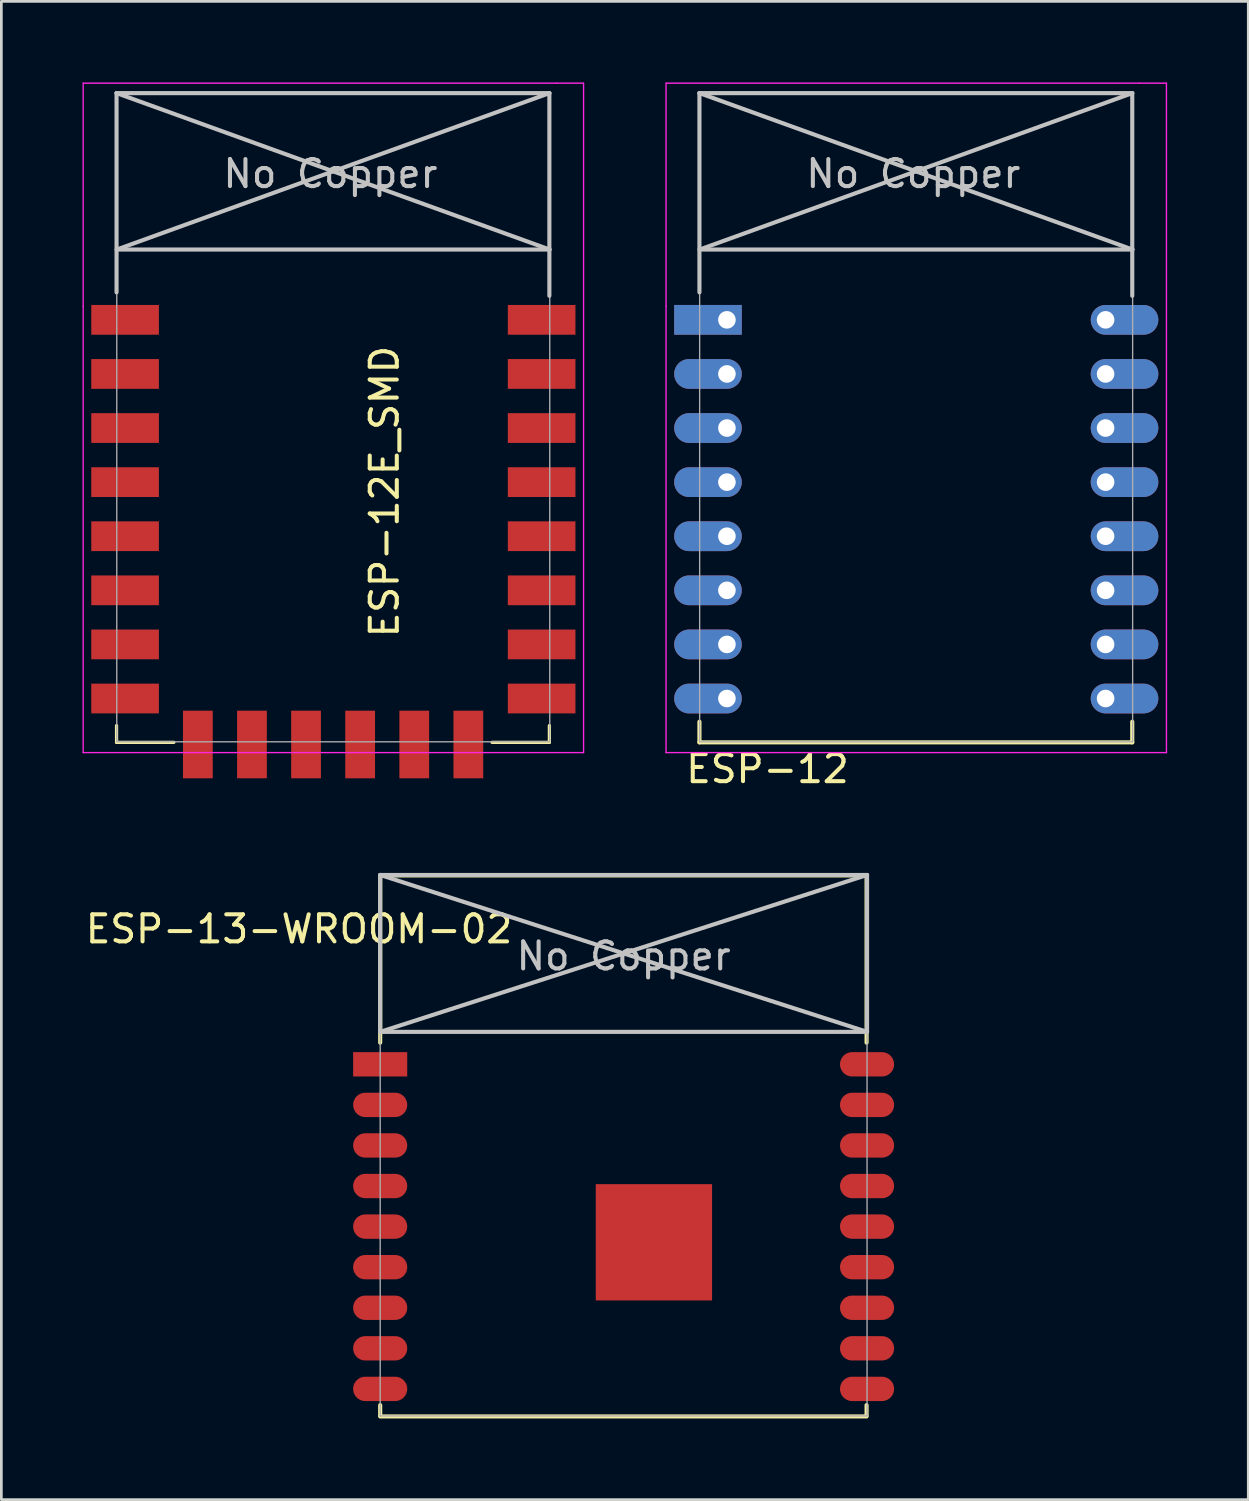
<source format=kicad_pcb>
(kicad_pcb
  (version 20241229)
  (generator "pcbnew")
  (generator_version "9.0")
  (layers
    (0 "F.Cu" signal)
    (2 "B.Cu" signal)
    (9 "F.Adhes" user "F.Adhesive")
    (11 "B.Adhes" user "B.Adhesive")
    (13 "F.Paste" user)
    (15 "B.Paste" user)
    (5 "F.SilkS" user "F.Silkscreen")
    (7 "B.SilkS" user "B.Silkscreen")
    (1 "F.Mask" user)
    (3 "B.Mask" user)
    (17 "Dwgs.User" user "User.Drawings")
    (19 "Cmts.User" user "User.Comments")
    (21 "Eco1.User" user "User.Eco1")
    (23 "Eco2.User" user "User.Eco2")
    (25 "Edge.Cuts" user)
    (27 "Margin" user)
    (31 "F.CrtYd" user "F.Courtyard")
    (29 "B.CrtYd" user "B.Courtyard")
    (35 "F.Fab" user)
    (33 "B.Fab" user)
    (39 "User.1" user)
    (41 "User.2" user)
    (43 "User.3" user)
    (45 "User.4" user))
  (footprint "ESP-13-WROOM-02"
    (layer "F.Cu")
    (at 11.006 36.299)
    (property "Reference" "ESP-13-WROOM-02" (at -3 -5 0) (layer "F.SilkS") (effects (font (size 1 1) (thickness 0.15))))
    (attr through_hole)
    (fp_line (start 0 -6.985) (end 0 -0.8) (stroke (width 0.152) (type solid)) (layer "F.SilkS"))
    (fp_line (start 0 12.6) (end 0 12.979) (stroke (width 0.152) (type solid)) (layer "F.SilkS"))
    (fp_line (start 0 13.018) (end 17.983 13.018) (stroke (width 0.152) (type solid)) (layer "F.SilkS"))
    (fp_line (start 17.971 -6.985) (end 0 -6.985) (stroke (width 0.152) (type solid)) (layer "F.SilkS"))
    (fp_line (start 17.983 -6.985) (end 17.983 -0.8) (stroke (width 0.152) (type solid)) (layer "F.SilkS"))
    (fp_line (start 17.983 12.6) (end 17.983 12.979) (stroke (width 0.152) (type solid)) (layer "F.SilkS"))
    (fp_line (start 0 -7) (end 0 -1.2) (stroke (width 0.152) (type solid)) (layer "Dwgs.User"))
    (fp_line (start 0 -7) (end 18 -1.2) (stroke (width 0.152) (type solid)) (layer "Dwgs.User"))
    (fp_line (start 0 -1.2) (end 18 -1.2) (stroke (width 0.152) (type solid)) (layer "Dwgs.User"))
    (fp_line (start 18 -7) (end 0 -7) (stroke (width 0.152) (type solid)) (layer "Dwgs.User"))
    (fp_line (start 18 -7) (end 0 -1.2) (stroke (width 0.152) (type solid)) (layer "Dwgs.User"))
    (fp_line (start 18 -1.2) (end 18 -7) (stroke (width 0.152) (type solid)) (layer "Dwgs.User"))
    (fp_line (start 0 -7) (end 18 -7) (stroke (width 0.05) (type solid)) (layer "F.Fab"))
    (fp_line (start 0 13) (end 0 -7) (stroke (width 0.05) (type solid)) (layer "F.Fab"))
    (fp_line (start 0 13) (end 18 13) (stroke (width 0.05) (type solid)) (layer "F.Fab"))
    (fp_line (start 18 -7) (end 18 13) (stroke (width 0.05) (type solid)) (layer "F.Fab"))
    (fp_text user "No Copper" (at 9 -4 0) (layer "Dwgs.User") (effects (font (size 1 1) (thickness 0.15))))
    (pad "1" smd rect (at 0 0) (size 2 0.9) (layers "F.Cu" "F.Mask" "F.Paste"))
    (pad "2" smd oval (at 0 1.5) (size 2 0.9) (layers "F.Cu" "F.Mask" "F.Paste"))
    (pad "3" smd oval (at 0 3) (size 2 0.9) (layers "F.Cu" "F.Mask" "F.Paste"))
    (pad "4" smd oval (at 0 4.5) (size 2 0.9) (layers "F.Cu" "F.Mask" "F.Paste"))
    (pad "5" smd oval (at 0 6) (size 2 0.9) (layers "F.Cu" "F.Mask" "F.Paste"))
    (pad "6" smd oval (at 0 7.5) (size 2 0.9) (layers "F.Cu" "F.Mask" "F.Paste"))
    (pad "7" smd oval (at 0 9) (size 2 0.9) (layers "F.Cu" "F.Mask" "F.Paste"))
    (pad "8" smd oval (at 0 10.5) (size 2 0.9) (layers "F.Cu" "F.Mask" "F.Paste"))
    (pad "9" smd oval (at 0 12) (size 2 0.9) (layers "F.Cu" "F.Mask" "F.Paste"))
    (pad "10" smd oval (at 18 12) (size 2 0.9) (layers "F.Cu" "F.Mask" "F.Paste"))
    (pad "11" smd oval (at 18 10.5) (size 2 0.9) (layers "F.Cu" "F.Mask" "F.Paste"))
    (pad "12" smd oval (at 18 9) (size 2 0.9) (layers "F.Cu" "F.Mask" "F.Paste"))
    (pad "13" smd oval (at 18 7.5) (size 2 0.9) (layers "F.Cu" "F.Mask" "F.Paste"))
    (pad "14" smd oval (at 18 6) (size 2 0.9) (layers "F.Cu" "F.Mask" "F.Paste"))
    (pad "15" smd oval (at 18 4.5) (size 2 0.9) (layers "F.Cu" "F.Mask" "F.Paste"))
    (pad "16" smd oval (at 18 3) (size 2 0.9) (layers "F.Cu" "F.Mask" "F.Paste"))
    (pad "17" smd oval (at 18 1.5) (size 2 0.9) (layers "F.Cu" "F.Mask" "F.Paste"))
    (pad "18" smd oval (at 18 0) (size 2 0.9) (layers "F.Cu" "F.Mask" "F.Paste"))
    (pad "PAD" smd rect (at 10.12 6.58) (size 4.3 4.3) (layers "F.Cu" "F.Mask" "F.Paste")))
  (footprint "ESP-12"
    (layer "F.Cu")
    (at 23.825 8.775)
    (property "Reference" "ESP-12" (at 1.5 16.6 0) (layer "F.SilkS") (effects (font (size 1 1) (thickness 0.15))))
    (attr through_hole)
    (fp_line (start -1.016 14.859) (end -1.016 15.621) (stroke (width 0.152) (type solid)) (layer "F.SilkS"))
    (fp_line (start -1.016 15.621) (end 14.986 15.621) (stroke (width 0.152) (type solid)) (layer "F.SilkS"))
    (fp_line (start 14.986 15.621) (end 14.986 14.859) (stroke (width 0.152) (type solid)) (layer "F.SilkS"))
    (fp_line (start -1.016 -8.382) (end -1.016 -1.016) (stroke (width 0.152) (type solid)) (layer "Dwgs.User"))
    (fp_line (start -1.016 -8.382) (end 14.986 -8.382) (stroke (width 0.152) (type solid)) (layer "Dwgs.User"))
    (fp_line (start -1.016 -8.382) (end 14.992 -2.6) (stroke (width 0.152) (type solid)) (layer "Dwgs.User"))
    (fp_line (start -1.008 -2.6) (end 14.992 -2.6) (stroke (width 0.152) (type solid)) (layer "Dwgs.User"))
    (fp_line (start 14.986 -8.382) (end -1.008 -2.6) (stroke (width 0.152) (type solid)) (layer "Dwgs.User"))
    (fp_line (start 14.986 -8.382) (end 14.986 -0.889) (stroke (width 0.152) (type solid)) (layer "Dwgs.User"))
    (fp_line (start -2.25 -8.75) (end 15.25 -8.75) (stroke (width 0.05) (type solid)) (layer "F.CrtYd"))
    (fp_line (start -2.25 -0.5) (end -2.25 -8.75) (stroke (width 0.05) (type solid)) (layer "F.CrtYd"))
    (fp_line (start -2.25 16) (end -2.25 -0.5) (stroke (width 0.05) (type solid)) (layer "F.CrtYd"))
    (fp_line (start 15.25 -8.75) (end 16.25 -8.75) (stroke (width 0.05) (type solid)) (layer "F.CrtYd"))
    (fp_line (start 16.25 -8.75) (end 16.25 16) (stroke (width 0.05) (type solid)) (layer "F.CrtYd"))
    (fp_line (start 16.25 16) (end -2.25 16) (stroke (width 0.05) (type solid)) (layer "F.CrtYd"))
    (fp_line (start -1.008 -8.4) (end 14.992 -8.4) (stroke (width 0.05) (type solid)) (layer "F.Fab"))
    (fp_line (start -1.008 15.6) (end -1.008 -8.4) (stroke (width 0.05) (type solid)) (layer "F.Fab"))
    (fp_line (start 14.992 15.6) (end -1.008 15.6) (stroke (width 0.05) (type solid)) (layer "F.Fab"))
    (fp_line (start 15 -8.4) (end 15 15.6) (stroke (width 0.05) (type solid)) (layer "F.Fab"))
    (fp_text user "No Copper" (at 6.892 -5.4 0) (layer "Dwgs.User") (effects (font (size 1 1) (thickness 0.15))))
    (pad "1" thru_hole rect (at 0 0) (size 2.5 1.1) (drill 0.65 (offset -0.7 0)) (layers "*.Cu" "*.Mask" "F.Paste"))
    (pad "2" thru_hole oval (at 0 2) (size 2.5 1.1) (drill 0.65 (offset -0.7 0)) (layers "*.Cu" "*.Mask" "F.Paste"))
    (pad "3" thru_hole oval (at 0 4) (size 2.5 1.1) (drill 0.65 (offset -0.7 0)) (layers "*.Cu" "*.Mask" "F.Paste"))
    (pad "4" thru_hole oval (at 0 6) (size 2.5 1.1) (drill 0.65 (offset -0.7 0)) (layers "*.Cu" "*.Mask" "F.Paste"))
    (pad "5" thru_hole oval (at 0 8) (size 2.5 1.1) (drill 0.65 (offset -0.7 0)) (layers "*.Cu" "*.Mask" "F.Paste"))
    (pad "6" thru_hole oval (at 0 10) (size 2.5 1.1) (drill 0.65 (offset -0.7 0)) (layers "*.Cu" "*.Mask" "F.Paste"))
    (pad "7" thru_hole oval (at 0 12) (size 2.5 1.1) (drill 0.65 (offset -0.7 0)) (layers "*.Cu" "*.Mask" "F.Paste"))
    (pad "8" thru_hole oval (at 0 14) (size 2.5 1.1) (drill 0.65 (offset -0.7 0)) (layers "*.Cu" "*.Mask" "F.Paste"))
    (pad "9" thru_hole oval (at 14 14) (size 2.5 1.1) (drill 0.65 (offset 0.7 0)) (layers "*.Cu" "*.Mask" "F.Paste"))
    (pad "10" thru_hole oval (at 14 12) (size 2.5 1.1) (drill 0.65 (offset 0.7 0)) (layers "*.Cu" "*.Mask" "F.Paste"))
    (pad "11" thru_hole oval (at 14 10) (size 2.5 1.1) (drill 0.65 (offset 0.7 0)) (layers "*.Cu" "*.Mask" "F.Paste"))
    (pad "12" thru_hole oval (at 14 8) (size 2.5 1.1) (drill 0.65 (offset 0.7 0)) (layers "*.Cu" "*.Mask" "F.Paste"))
    (pad "13" thru_hole oval (at 14 6) (size 2.5 1.1) (drill 0.65 (offset 0.7 0)) (layers "*.Cu" "*.Mask" "F.Paste"))
    (pad "14" thru_hole oval (at 14 4) (size 2.5 1.1) (drill 0.65 (offset 0.7 0)) (layers "*.Cu" "*.Mask" "F.Paste"))
    (pad "15" thru_hole oval (at 14 2) (size 2.5 1.1) (drill 0.65 (offset 0.7 0)) (layers "*.Cu" "*.Mask" "F.Paste"))
    (pad "16" thru_hole oval (at 14 0) (size 2.5 1.1) (drill 0.65 (offset 0.7 0)) (layers "*.Cu" "*.Mask" "F.Paste")))
  (footprint "ESP-12E_SMD"
    (layer "F.Cu")
    (at 2.275 8.775)
    (property "Reference" "ESP-12E_SMD" (at 8.89 6.35 90) (layer "F.SilkS") (effects (font (size 1 1) (thickness 0.15))))
    (attr through_hole)
    (fp_line (start -1.016 15.001) (end -1.016 15.621) (stroke (width 0.12) (type solid)) (layer "F.SilkS"))
    (fp_line (start -1.016 15.621) (end 1.104 15.621) (stroke (width 0.12) (type solid)) (layer "F.SilkS"))
    (fp_line (start 14.986 15.001) (end 14.986 15.621) (stroke (width 0.12) (type solid)) (layer "F.SilkS"))
    (fp_line (start 14.986 15.621) (end 12.866 15.621) (stroke (width 0.12) (type solid)) (layer "F.SilkS"))
    (fp_line (start -1.016 -8.382) (end -1.016 -1.016) (stroke (width 0.152) (type solid)) (layer "Dwgs.User"))
    (fp_line (start -1.016 -8.382) (end 14.986 -8.382) (stroke (width 0.152) (type solid)) (layer "Dwgs.User"))
    (fp_line (start -1.016 -8.382) (end 14.992 -2.6) (stroke (width 0.152) (type solid)) (layer "Dwgs.User"))
    (fp_line (start -1.008 -2.6) (end 14.992 -2.6) (stroke (width 0.152) (type solid)) (layer "Dwgs.User"))
    (fp_line (start 14.986 -8.382) (end -1.008 -2.6) (stroke (width 0.152) (type solid)) (layer "Dwgs.User"))
    (fp_line (start 14.986 -8.382) (end 14.986 -0.889) (stroke (width 0.152) (type solid)) (layer "Dwgs.User"))
    (fp_line (start -2.25 -8.75) (end 15.25 -8.75) (stroke (width 0.05) (type solid)) (layer "F.CrtYd"))
    (fp_line (start -2.25 -0.5) (end -2.25 -8.75) (stroke (width 0.05) (type solid)) (layer "F.CrtYd"))
    (fp_line (start -2.25 16) (end -2.25 -0.5) (stroke (width 0.05) (type solid)) (layer "F.CrtYd"))
    (fp_line (start 15.25 -8.75) (end 16.25 -8.75) (stroke (width 0.05) (type solid)) (layer "F.CrtYd"))
    (fp_line (start 16.25 -8.75) (end 16.25 16) (stroke (width 0.05) (type solid)) (layer "F.CrtYd"))
    (fp_line (start 16.25 16) (end -2.25 16) (stroke (width 0.05) (type solid)) (layer "F.CrtYd"))
    (fp_line (start -1.008 -8.4) (end 14.992 -8.4) (stroke (width 0.05) (type solid)) (layer "F.Fab"))
    (fp_line (start -1.008 15.6) (end -1.008 -8.4) (stroke (width 0.05) (type solid)) (layer "F.Fab"))
    (fp_line (start 14.992 15.6) (end -1.008 15.6) (stroke (width 0.05) (type solid)) (layer "F.Fab"))
    (fp_line (start 15 -8.4) (end 15 15.6) (stroke (width 0.05) (type solid)) (layer "F.Fab"))
    (fp_text user "No Copper" (at 6.892 -5.4 0) (layer "Dwgs.User") (effects (font (size 1 1) (thickness 0.15))))
    (pad "1" smd rect (at 0 0) (size 2.5 1.1) (drill (offset -0.7 0)) (layers "F.Cu" "F.Mask" "F.Paste"))
    (pad "2" smd rect (at 0 2) (size 2.5 1.1) (drill (offset -0.7 0)) (layers "F.Cu" "F.Mask" "F.Paste"))
    (pad "3" smd rect (at 0 4) (size 2.5 1.1) (drill (offset -0.7 0)) (layers "F.Cu" "F.Mask" "F.Paste"))
    (pad "4" smd rect (at 0 6) (size 2.5 1.1) (drill (offset -0.7 0)) (layers "F.Cu" "F.Mask" "F.Paste"))
    (pad "5" smd rect (at 0 8) (size 2.5 1.1) (drill (offset -0.7 0)) (layers "F.Cu" "F.Mask" "F.Paste"))
    (pad "6" smd rect (at 0 10) (size 2.5 1.1) (drill (offset -0.7 0)) (layers "F.Cu" "F.Mask" "F.Paste"))
    (pad "7" smd rect (at 0 12) (size 2.5 1.1) (drill (offset -0.7 0)) (layers "F.Cu" "F.Mask" "F.Paste"))
    (pad "8" smd rect (at 0 14) (size 2.5 1.1) (drill (offset -0.7 0)) (layers "F.Cu" "F.Mask" "F.Paste"))
    (pad "9" smd rect (at 14 14) (size 2.5 1.1) (drill (offset 0.7 0)) (layers "F.Cu" "F.Mask" "F.Paste"))
    (pad "10" smd rect (at 14 12) (size 2.5 1.1) (drill (offset 0.7 0)) (layers "F.Cu" "F.Mask" "F.Paste"))
    (pad "11" smd rect (at 14 10) (size 2.5 1.1) (drill (offset 0.7 0)) (layers "F.Cu" "F.Mask" "F.Paste"))
    (pad "12" smd rect (at 14 8) (size 2.5 1.1) (drill (offset 0.7 0)) (layers "F.Cu" "F.Mask" "F.Paste"))
    (pad "13" smd rect (at 14 6) (size 2.5 1.1) (drill (offset 0.7 0)) (layers "F.Cu" "F.Mask" "F.Paste"))
    (pad "14" smd rect (at 14 4) (size 2.5 1.1) (drill (offset 0.7 0)) (layers "F.Cu" "F.Mask" "F.Paste"))
    (pad "15" smd rect (at 14 2) (size 2.5 1.1) (drill (offset 0.7 0)) (layers "F.Cu" "F.Mask" "F.Paste"))
    (pad "16" smd rect (at 14 0) (size 2.5 1.1) (drill (offset 0.7 0)) (layers "F.Cu" "F.Mask" "F.Paste"))
    (pad "17" smd rect (at 1.99 15 90) (size 2.5 1.1) (drill (offset -0.7 0)) (layers "F.Cu" "F.Mask" "F.Paste"))
    (pad "18" smd rect (at 3.99 15 90) (size 2.5 1.1) (drill (offset -0.7 0)) (layers "F.Cu" "F.Mask" "F.Paste"))
    (pad "19" smd rect (at 5.99 15 90) (size 2.5 1.1) (drill (offset -0.7 0)) (layers "F.Cu" "F.Mask" "F.Paste"))
    (pad "20" smd rect (at 7.99 15 90) (size 2.5 1.1) (drill (offset -0.7 0)) (layers "F.Cu" "F.Mask" "F.Paste"))
    (pad "21" smd rect (at 9.99 15 90) (size 2.5 1.1) (drill (offset -0.7 0)) (layers "F.Cu" "F.Mask" "F.Paste"))
    (pad "22" smd rect (at 11.99 15 90) (size 2.5 1.1) (drill (offset -0.7 0)) (layers "F.Cu" "F.Mask" "F.Paste")))
  (gr_rect
    (start -3 -3)
    (end 43.1 52.393)
    (stroke (width 0.1) (type default))
    (fill no)
    (layer "Edge.Cuts")))
</source>
